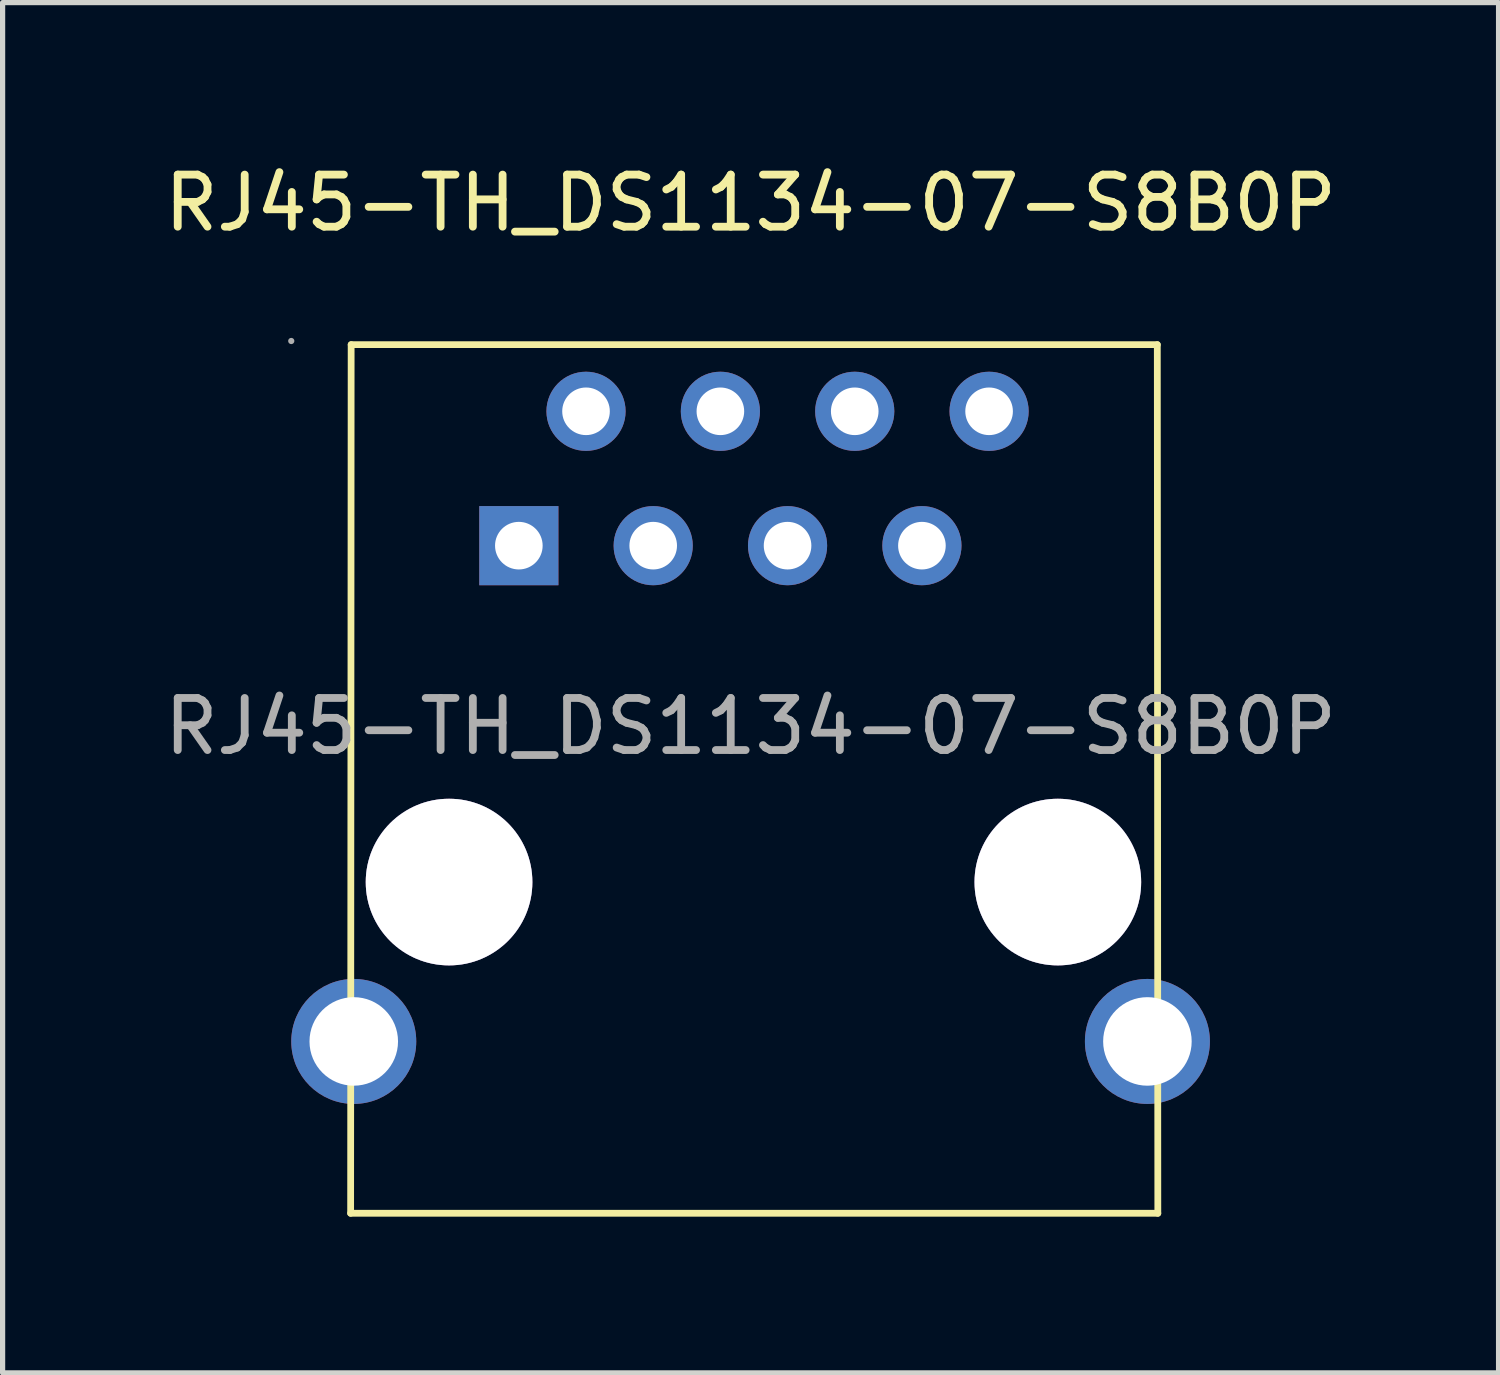
<source format=kicad_pcb>
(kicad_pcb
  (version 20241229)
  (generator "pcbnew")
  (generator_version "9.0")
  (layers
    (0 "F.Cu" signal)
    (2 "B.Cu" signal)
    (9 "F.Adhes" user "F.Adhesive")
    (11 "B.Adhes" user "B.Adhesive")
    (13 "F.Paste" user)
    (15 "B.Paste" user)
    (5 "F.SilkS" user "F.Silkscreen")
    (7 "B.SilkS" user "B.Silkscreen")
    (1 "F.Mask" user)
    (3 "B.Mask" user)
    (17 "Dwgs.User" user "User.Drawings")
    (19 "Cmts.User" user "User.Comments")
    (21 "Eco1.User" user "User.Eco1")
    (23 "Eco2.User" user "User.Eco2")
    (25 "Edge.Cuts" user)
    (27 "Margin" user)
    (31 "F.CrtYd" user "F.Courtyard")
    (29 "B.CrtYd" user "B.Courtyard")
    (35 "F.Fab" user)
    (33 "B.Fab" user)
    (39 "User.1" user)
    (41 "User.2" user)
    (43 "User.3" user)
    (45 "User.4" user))
  (footprint "RJ45-TH_DS1134-07-S8B0P"
    (layer "F.Cu")
    (at 11.363 10.898)
    (property "Reference" "RJ45-TH_DS1134-07-S8B0P" (at 0 -10.05 0) (layer "F.SilkS") (effects (font (size 1 1) (thickness 0.15))))
    (attr smd)
    (fp_line (start -7.68 9.35) (end 7.82 9.35) (stroke (width 0.13) (type solid)) (layer "F.SilkS"))
    (fp_line (start -7.67 -7.33) (end -7.68 9.35) (stroke (width 0.13) (type solid)) (layer "F.SilkS"))
    (fp_line (start 7.81 -7.33) (end -7.67 -7.33) (stroke (width 0.13) (type solid)) (layer "F.SilkS"))
    (fp_line (start 7.82 9.35) (end 7.81 -7.33) (stroke (width 0.13) (type solid)) (layer "F.SilkS"))
    (fp_circle (center -8.82 -7.4) (end -8.79 -7.4) (stroke (width 0.06) (type solid)) (fill no) (layer "F.Fab"))
    (fp_circle (center -7.62 6.05) (end -7.24 6.05) (stroke (width 0.75) (type solid)) (fill no) (layer "F.Fab"))
    (fp_circle (center -5.79 2.99) (end -5.04 2.99) (stroke (width 1.5) (type solid)) (fill no) (layer "F.Fab"))
    (fp_circle (center -4.45 -3.47) (end -4.27 -3.47) (stroke (width 0.36) (type solid)) (fill no) (layer "F.Fab"))
    (fp_circle (center -3.16 -6.05) (end -2.98 -6.05) (stroke (width 0.36) (type solid)) (fill no) (layer "F.Fab"))
    (fp_circle (center -1.87 -3.47) (end -1.69 -3.47) (stroke (width 0.36) (type solid)) (fill no) (layer "F.Fab"))
    (fp_circle (center -0.58 -6.05) (end -0.4 -6.05) (stroke (width 0.36) (type solid)) (fill no) (layer "F.Fab"))
    (fp_circle (center 0.71 -3.47) (end 0.89 -3.47) (stroke (width 0.36) (type solid)) (fill no) (layer "F.Fab"))
    (fp_circle (center 2 -6.05) (end 2.18 -6.05) (stroke (width 0.36) (type solid)) (fill no) (layer "F.Fab"))
    (fp_circle (center 3.29 -3.47) (end 3.47 -3.47) (stroke (width 0.36) (type solid)) (fill no) (layer "F.Fab"))
    (fp_circle (center 4.58 -6.05) (end 4.76 -6.05) (stroke (width 0.36) (type solid)) (fill no) (layer "F.Fab"))
    (fp_circle (center 5.9 2.99) (end 6.65 2.99) (stroke (width 1.5) (type solid)) (fill no) (layer "F.Fab"))
    (fp_circle (center 7.62 6.05) (end 8 6.05) (stroke (width 0.75) (type solid)) (fill no) (layer "F.Fab"))
    (fp_text user "${REFERENCE}" (at 0 0 0) (layer "F.Fab") (effects (font (size 1 1) (thickness 0.15))))
    (pad "" thru_hole circle (at -5.79 2.99) (size 3.2 3.2) (drill 3.2) (layers "*.Cu" "*.Mask"))
    (pad "" thru_hole circle (at 5.9 2.99) (size 3.2 3.2) (drill 3.2) (layers "*.Cu" "*.Mask"))
    (pad "0" thru_hole circle (at -7.62 6.05) (size 2.4 2.4) (drill 1.7) (layers "*.Cu" "*.Paste" "*.Mask"))
    (pad "0" thru_hole circle (at 7.62 6.05) (size 2.4 2.4) (drill 1.7) (layers "*.Cu" "*.Paste" "*.Mask"))
    (pad "1" thru_hole rect (at -4.45 -3.47) (size 1.52 1.52) (drill 0.914) (layers "*.Cu" "*.Paste" "*.Mask"))
    (pad "2" thru_hole circle (at -3.16 -6.05) (size 1.52 1.52) (drill 0.914) (layers "*.Cu" "*.Paste" "*.Mask"))
    (pad "3" thru_hole circle (at -1.87 -3.47) (size 1.52 1.52) (drill 0.914) (layers "*.Cu" "*.Paste" "*.Mask"))
    (pad "4" thru_hole circle (at -0.58 -6.05) (size 1.52 1.52) (drill 0.914) (layers "*.Cu" "*.Paste" "*.Mask"))
    (pad "5" thru_hole circle (at 0.71 -3.47) (size 1.52 1.52) (drill 0.914) (layers "*.Cu" "*.Paste" "*.Mask"))
    (pad "6" thru_hole circle (at 2 -6.05) (size 1.52 1.52) (drill 0.914) (layers "*.Cu" "*.Paste" "*.Mask"))
    (pad "7" thru_hole circle (at 3.29 -3.47) (size 1.52 1.52) (drill 0.914) (layers "*.Cu" "*.Paste" "*.Mask"))
    (pad "8" thru_hole circle (at 4.58 -6.05) (size 1.52 1.52) (drill 0.914) (layers "*.Cu" "*.Paste" "*.Mask")))
  (gr_rect
    (start -3 -3)
    (end 25.726 23.313)
    (stroke (width 0.1) (type default))
    (fill no)
    (layer "Edge.Cuts")))
</source>
